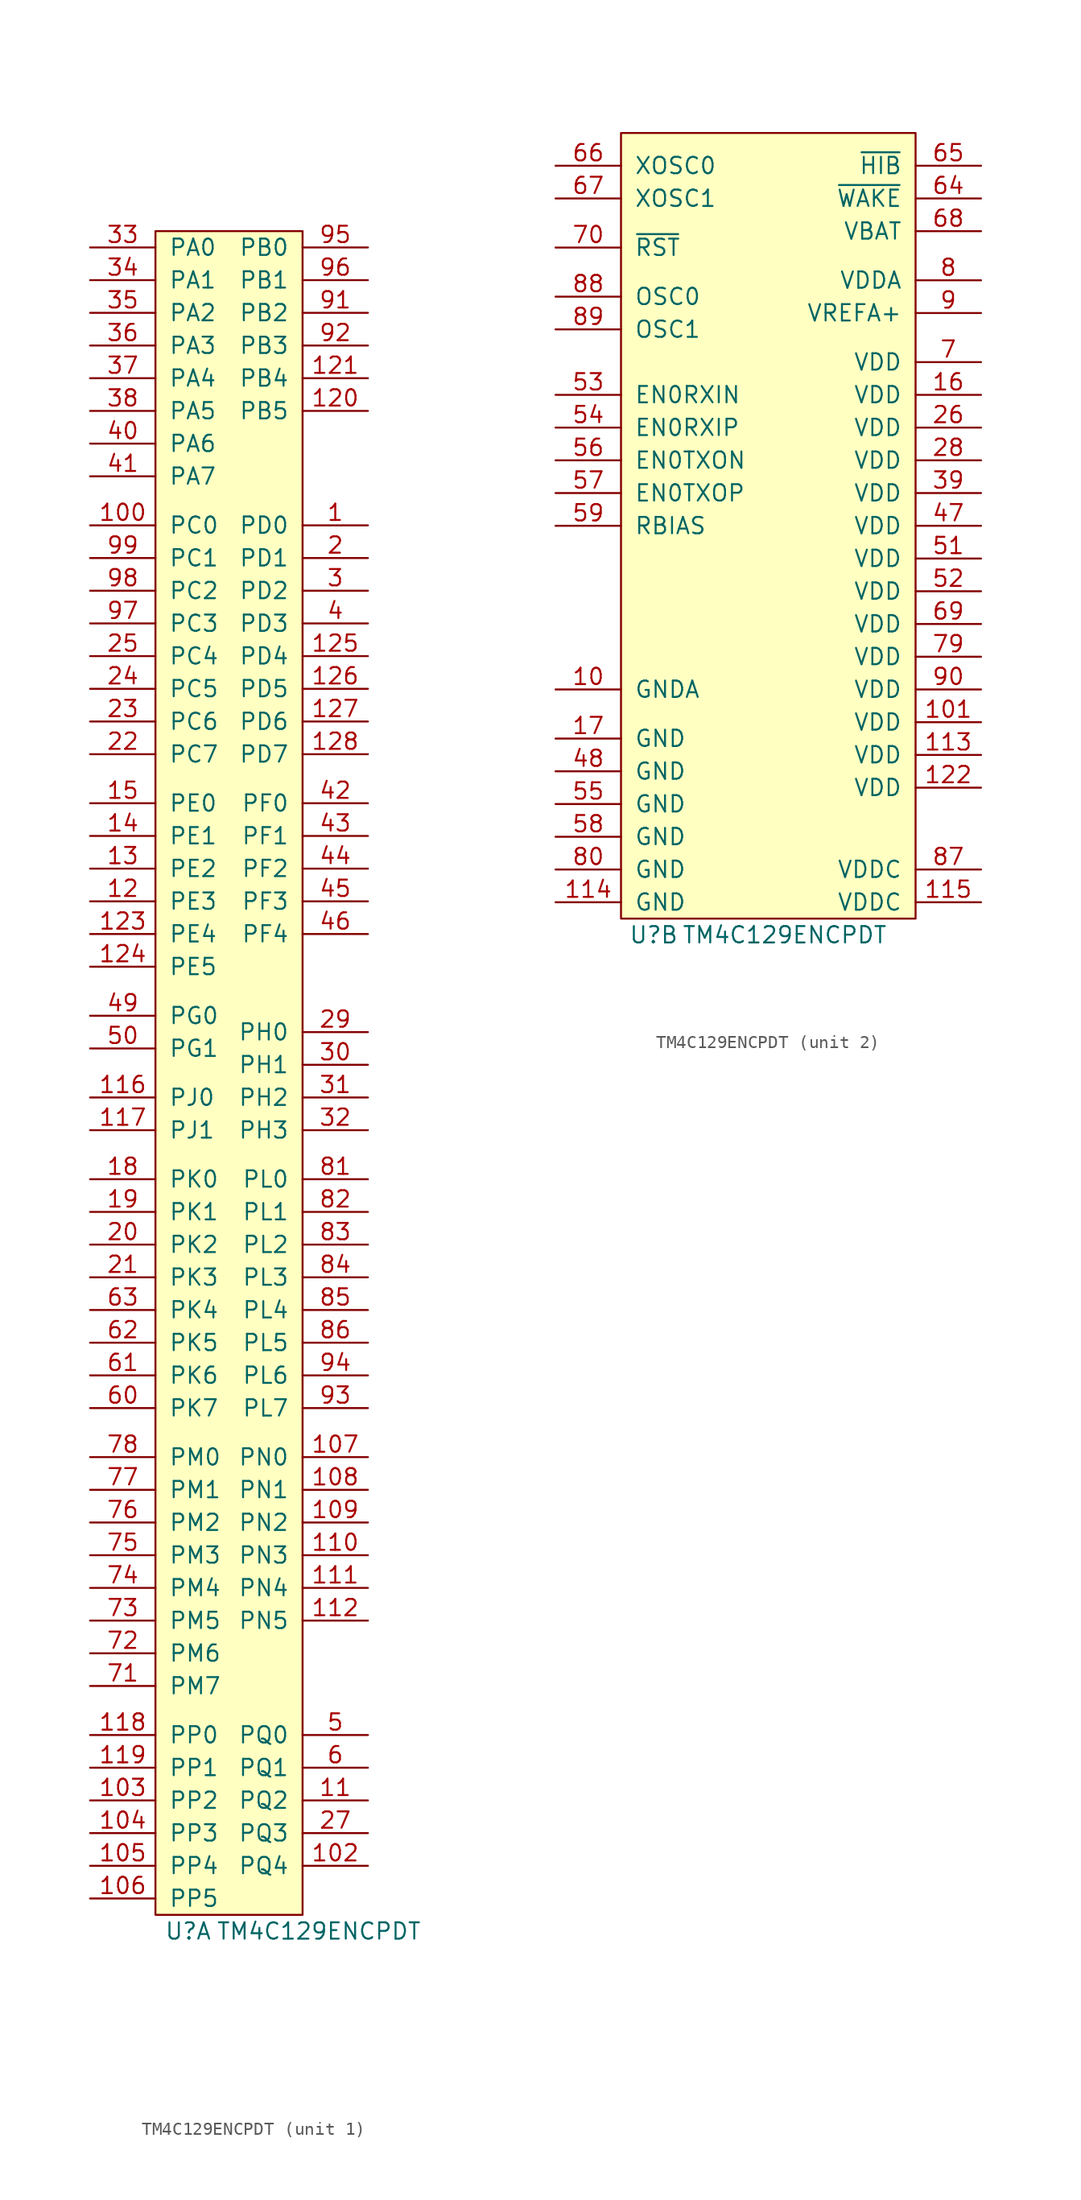
<source format=kicad_sym>
(kicad_symbol_lib
  (version 20231120)
  (generator "kicad_symbol_editor")
  (generator_version "8.0")
  (symbol "TM4C129ENCPDT"
    (pin_names
      (offset 1.016))
    (property "Reference" "U"
      (at 2.54 -1.27 0)
      (effects (font (size 1.27 1.27))))
    (property "Value" "TM4C129ENCPDT"
      (at 12.7 -1.27 0)
      (effects (font (size 1.27 1.27))))
    (symbol "TM4C129ENCPDT_1_1"
      (rectangle (start 0 0) (end 11.43 130.81) (stroke (width 0) (type default)) (fill (type background)))
      (pin input line (at 16.51 107.95 180) (length 5.08) (name "PD0" (effects (font (size 1.27 1.27)))) (number "1" (effects (font (size 1.27 1.27)))))
      (pin input line (at -5.08 107.95 0) (length 5.08) (name "PC0" (effects (font (size 1.27 1.27)))) (number "100" (effects (font (size 1.27 1.27)))))
      (pin input line (at 16.51 3.81 180) (length 5.08) (name "PQ4" (effects (font (size 1.27 1.27)))) (number "102" (effects (font (size 1.27 1.27)))))
      (pin input line (at -5.08 8.89 0) (length 5.08) (name "PP2" (effects (font (size 1.27 1.27)))) (number "103" (effects (font (size 1.27 1.27)))))
      (pin input line (at -5.08 6.35 0) (length 5.08) (name "PP3" (effects (font (size 1.27 1.27)))) (number "104" (effects (font (size 1.27 1.27)))))
      (pin input line (at -5.08 3.81 0) (length 5.08) (name "PP4" (effects (font (size 1.27 1.27)))) (number "105" (effects (font (size 1.27 1.27)))))
      (pin input line (at -5.08 1.27 0) (length 5.08) (name "PP5" (effects (font (size 1.27 1.27)))) (number "106" (effects (font (size 1.27 1.27)))))
      (pin input line (at 16.51 35.56 180) (length 5.08) (name "PN0" (effects (font (size 1.27 1.27)))) (number "107" (effects (font (size 1.27 1.27)))))
      (pin input line (at 16.51 33.02 180) (length 5.08) (name "PN1" (effects (font (size 1.27 1.27)))) (number "108" (effects (font (size 1.27 1.27)))))
      (pin input line (at 16.51 30.48 180) (length 5.08) (name "PN2" (effects (font (size 1.27 1.27)))) (number "109" (effects (font (size 1.27 1.27)))))
      (pin input line (at 16.51 8.89 180) (length 5.08) (name "PQ2" (effects (font (size 1.27 1.27)))) (number "11" (effects (font (size 1.27 1.27)))))
      (pin input line (at 16.51 27.94 180) (length 5.08) (name "PN3" (effects (font (size 1.27 1.27)))) (number "110" (effects (font (size 1.27 1.27)))))
      (pin input line (at 16.51 25.4 180) (length 5.08) (name "PN4" (effects (font (size 1.27 1.27)))) (number "111" (effects (font (size 1.27 1.27)))))
      (pin input line (at 16.51 22.86 180) (length 5.08) (name "PN5" (effects (font (size 1.27 1.27)))) (number "112" (effects (font (size 1.27 1.27)))))
      (pin input line (at -5.08 63.5 0) (length 5.08) (name "PJ0" (effects (font (size 1.27 1.27)))) (number "116" (effects (font (size 1.27 1.27)))))
      (pin input line (at -5.08 60.96 0) (length 5.08) (name "PJ1" (effects (font (size 1.27 1.27)))) (number "117" (effects (font (size 1.27 1.27)))))
      (pin input line (at -5.08 13.97 0) (length 5.08) (name "PP0" (effects (font (size 1.27 1.27)))) (number "118" (effects (font (size 1.27 1.27)))))
      (pin input line (at -5.08 11.43 0) (length 5.08) (name "PP1" (effects (font (size 1.27 1.27)))) (number "119" (effects (font (size 1.27 1.27)))))
      (pin input line (at -5.08 78.74 0) (length 5.08) (name "PE3" (effects (font (size 1.27 1.27)))) (number "12" (effects (font (size 1.27 1.27)))))
      (pin input line (at 16.51 116.84 180) (length 5.08) (name "PB5" (effects (font (size 1.27 1.27)))) (number "120" (effects (font (size 1.27 1.27)))))
      (pin input line (at 16.51 119.38 180) (length 5.08) (name "PB4" (effects (font (size 1.27 1.27)))) (number "121" (effects (font (size 1.27 1.27)))))
      (pin input line (at -5.08 76.2 0) (length 5.08) (name "PE4" (effects (font (size 1.27 1.27)))) (number "123" (effects (font (size 1.27 1.27)))))
      (pin input line (at -5.08 73.66 0) (length 5.08) (name "PE5" (effects (font (size 1.27 1.27)))) (number "124" (effects (font (size 1.27 1.27)))))
      (pin input line (at 16.51 97.79 180) (length 5.08) (name "PD4" (effects (font (size 1.27 1.27)))) (number "125" (effects (font (size 1.27 1.27)))))
      (pin input line (at 16.51 95.25 180) (length 5.08) (name "PD5" (effects (font (size 1.27 1.27)))) (number "126" (effects (font (size 1.27 1.27)))))
      (pin input line (at 16.51 92.71 180) (length 5.08) (name "PD6" (effects (font (size 1.27 1.27)))) (number "127" (effects (font (size 1.27 1.27)))))
      (pin input line (at 16.51 90.17 180) (length 5.08) (name "PD7" (effects (font (size 1.27 1.27)))) (number "128" (effects (font (size 1.27 1.27)))))
      (pin input line (at -5.08 81.28 0) (length 5.08) (name "PE2" (effects (font (size 1.27 1.27)))) (number "13" (effects (font (size 1.27 1.27)))))
      (pin input line (at -5.08 83.82 0) (length 5.08) (name "PE1" (effects (font (size 1.27 1.27)))) (number "14" (effects (font (size 1.27 1.27)))))
      (pin input line (at -5.08 86.36 0) (length 5.08) (name "PE0" (effects (font (size 1.27 1.27)))) (number "15" (effects (font (size 1.27 1.27)))))
      (pin input line (at -5.08 57.15 0) (length 5.08) (name "PK0" (effects (font (size 1.27 1.27)))) (number "18" (effects (font (size 1.27 1.27)))))
      (pin input line (at -5.08 54.61 0) (length 5.08) (name "PK1" (effects (font (size 1.27 1.27)))) (number "19" (effects (font (size 1.27 1.27)))))
      (pin input line (at 16.51 105.41 180) (length 5.08) (name "PD1" (effects (font (size 1.27 1.27)))) (number "2" (effects (font (size 1.27 1.27)))))
      (pin input line (at -5.08 52.07 0) (length 5.08) (name "PK2" (effects (font (size 1.27 1.27)))) (number "20" (effects (font (size 1.27 1.27)))))
      (pin input line (at -5.08 49.53 0) (length 5.08) (name "PK3" (effects (font (size 1.27 1.27)))) (number "21" (effects (font (size 1.27 1.27)))))
      (pin input line (at -5.08 90.17 0) (length 5.08) (name "PC7" (effects (font (size 1.27 1.27)))) (number "22" (effects (font (size 1.27 1.27)))))
      (pin input line (at -5.08 92.71 0) (length 5.08) (name "PC6" (effects (font (size 1.27 1.27)))) (number "23" (effects (font (size 1.27 1.27)))))
      (pin input line (at -5.08 95.25 0) (length 5.08) (name "PC5" (effects (font (size 1.27 1.27)))) (number "24" (effects (font (size 1.27 1.27)))))
      (pin input line (at -5.08 97.79 0) (length 5.08) (name "PC4" (effects (font (size 1.27 1.27)))) (number "25" (effects (font (size 1.27 1.27)))))
      (pin input line (at 16.51 6.35 180) (length 5.08) (name "PQ3" (effects (font (size 1.27 1.27)))) (number "27" (effects (font (size 1.27 1.27)))))
      (pin input line (at 16.51 68.58 180) (length 5.08) (name "PH0" (effects (font (size 1.27 1.27)))) (number "29" (effects (font (size 1.27 1.27)))))
      (pin input line (at 16.51 102.87 180) (length 5.08) (name "PD2" (effects (font (size 1.27 1.27)))) (number "3" (effects (font (size 1.27 1.27)))))
      (pin input line (at 16.51 66.04 180) (length 5.08) (name "PH1" (effects (font (size 1.27 1.27)))) (number "30" (effects (font (size 1.27 1.27)))))
      (pin input line (at 16.51 63.5 180) (length 5.08) (name "PH2" (effects (font (size 1.27 1.27)))) (number "31" (effects (font (size 1.27 1.27)))))
      (pin input line (at 16.51 60.96 180) (length 5.08) (name "PH3" (effects (font (size 1.27 1.27)))) (number "32" (effects (font (size 1.27 1.27)))))
      (pin input line (at -5.08 129.54 0) (length 5.08) (name "PA0" (effects (font (size 1.27 1.27)))) (number "33" (effects (font (size 1.27 1.27)))))
      (pin input line (at -5.08 127 0) (length 5.08) (name "PA1" (effects (font (size 1.27 1.27)))) (number "34" (effects (font (size 1.27 1.27)))))
      (pin input line (at -5.08 124.46 0) (length 5.08) (name "PA2" (effects (font (size 1.27 1.27)))) (number "35" (effects (font (size 1.27 1.27)))))
      (pin input line (at -5.08 121.92 0) (length 5.08) (name "PA3" (effects (font (size 1.27 1.27)))) (number "36" (effects (font (size 1.27 1.27)))))
      (pin input line (at -5.08 119.38 0) (length 5.08) (name "PA4" (effects (font (size 1.27 1.27)))) (number "37" (effects (font (size 1.27 1.27)))))
      (pin input line (at -5.08 116.84 0) (length 5.08) (name "PA5" (effects (font (size 1.27 1.27)))) (number "38" (effects (font (size 1.27 1.27)))))
      (pin input line (at 16.51 100.33 180) (length 5.08) (name "PD3" (effects (font (size 1.27 1.27)))) (number "4" (effects (font (size 1.27 1.27)))))
      (pin input line (at -5.08 114.3 0) (length 5.08) (name "PA6" (effects (font (size 1.27 1.27)))) (number "40" (effects (font (size 1.27 1.27)))))
      (pin input line (at -5.08 111.76 0) (length 5.08) (name "PA7" (effects (font (size 1.27 1.27)))) (number "41" (effects (font (size 1.27 1.27)))))
      (pin input line (at 16.51 86.36 180) (length 5.08) (name "PF0" (effects (font (size 1.27 1.27)))) (number "42" (effects (font (size 1.27 1.27)))))
      (pin input line (at 16.51 83.82 180) (length 5.08) (name "PF1" (effects (font (size 1.27 1.27)))) (number "43" (effects (font (size 1.27 1.27)))))
      (pin input line (at 16.51 81.28 180) (length 5.08) (name "PF2" (effects (font (size 1.27 1.27)))) (number "44" (effects (font (size 1.27 1.27)))))
      (pin input line (at 16.51 78.74 180) (length 5.08) (name "PF3" (effects (font (size 1.27 1.27)))) (number "45" (effects (font (size 1.27 1.27)))))
      (pin input line (at 16.51 76.2 180) (length 5.08) (name "PF4" (effects (font (size 1.27 1.27)))) (number "46" (effects (font (size 1.27 1.27)))))
      (pin input line (at -5.08 69.85 0) (length 5.08) (name "PG0" (effects (font (size 1.27 1.27)))) (number "49" (effects (font (size 1.27 1.27)))))
      (pin input line (at 16.51 13.97 180) (length 5.08) (name "PQ0" (effects (font (size 1.27 1.27)))) (number "5" (effects (font (size 1.27 1.27)))))
      (pin input line (at -5.08 67.31 0) (length 5.08) (name "PG1" (effects (font (size 1.27 1.27)))) (number "50" (effects (font (size 1.27 1.27)))))
      (pin input line (at 16.51 11.43 180) (length 5.08) (name "PQ1" (effects (font (size 1.27 1.27)))) (number "6" (effects (font (size 1.27 1.27)))))
      (pin input line (at -5.08 39.37 0) (length 5.08) (name "PK7" (effects (font (size 1.27 1.27)))) (number "60" (effects (font (size 1.27 1.27)))))
      (pin input line (at -5.08 41.91 0) (length 5.08) (name "PK6" (effects (font (size 1.27 1.27)))) (number "61" (effects (font (size 1.27 1.27)))))
      (pin input line (at -5.08 44.45 0) (length 5.08) (name "PK5" (effects (font (size 1.27 1.27)))) (number "62" (effects (font (size 1.27 1.27)))))
      (pin input line (at -5.08 46.99 0) (length 5.08) (name "PK4" (effects (font (size 1.27 1.27)))) (number "63" (effects (font (size 1.27 1.27)))))
      (pin input line (at -5.08 17.78 0) (length 5.08) (name "PM7" (effects (font (size 1.27 1.27)))) (number "71" (effects (font (size 1.27 1.27)))))
      (pin input line (at -5.08 20.32 0) (length 5.08) (name "PM6" (effects (font (size 1.27 1.27)))) (number "72" (effects (font (size 1.27 1.27)))))
      (pin input line (at -5.08 22.86 0) (length 5.08) (name "PM5" (effects (font (size 1.27 1.27)))) (number "73" (effects (font (size 1.27 1.27)))))
      (pin input line (at -5.08 25.4 0) (length 5.08) (name "PM4" (effects (font (size 1.27 1.27)))) (number "74" (effects (font (size 1.27 1.27)))))
      (pin input line (at -5.08 27.94 0) (length 5.08) (name "PM3" (effects (font (size 1.27 1.27)))) (number "75" (effects (font (size 1.27 1.27)))))
      (pin input line (at -5.08 30.48 0) (length 5.08) (name "PM2" (effects (font (size 1.27 1.27)))) (number "76" (effects (font (size 1.27 1.27)))))
      (pin input line (at -5.08 33.02 0) (length 5.08) (name "PM1" (effects (font (size 1.27 1.27)))) (number "77" (effects (font (size 1.27 1.27)))))
      (pin input line (at -5.08 35.56 0) (length 5.08) (name "PM0" (effects (font (size 1.27 1.27)))) (number "78" (effects (font (size 1.27 1.27)))))
      (pin input line (at 16.51 57.15 180) (length 5.08) (name "PL0" (effects (font (size 1.27 1.27)))) (number "81" (effects (font (size 1.27 1.27)))))
      (pin input line (at 16.51 54.61 180) (length 5.08) (name "PL1" (effects (font (size 1.27 1.27)))) (number "82" (effects (font (size 1.27 1.27)))))
      (pin input line (at 16.51 52.07 180) (length 5.08) (name "PL2" (effects (font (size 1.27 1.27)))) (number "83" (effects (font (size 1.27 1.27)))))
      (pin input line (at 16.51 49.53 180) (length 5.08) (name "PL3" (effects (font (size 1.27 1.27)))) (number "84" (effects (font (size 1.27 1.27)))))
      (pin input line (at 16.51 46.99 180) (length 5.08) (name "PL4" (effects (font (size 1.27 1.27)))) (number "85" (effects (font (size 1.27 1.27)))))
      (pin input line (at 16.51 44.45 180) (length 5.08) (name "PL5" (effects (font (size 1.27 1.27)))) (number "86" (effects (font (size 1.27 1.27)))))
      (pin input line (at 16.51 124.46 180) (length 5.08) (name "PB2" (effects (font (size 1.27 1.27)))) (number "91" (effects (font (size 1.27 1.27)))))
      (pin input line (at 16.51 121.92 180) (length 5.08) (name "PB3" (effects (font (size 1.27 1.27)))) (number "92" (effects (font (size 1.27 1.27)))))
      (pin input line (at 16.51 39.37 180) (length 5.08) (name "PL7" (effects (font (size 1.27 1.27)))) (number "93" (effects (font (size 1.27 1.27)))))
      (pin input line (at 16.51 41.91 180) (length 5.08) (name "PL6" (effects (font (size 1.27 1.27)))) (number "94" (effects (font (size 1.27 1.27)))))
      (pin input line (at 16.51 129.54 180) (length 5.08) (name "PB0" (effects (font (size 1.27 1.27)))) (number "95" (effects (font (size 1.27 1.27)))))
      (pin input line (at 16.51 127 180) (length 5.08) (name "PB1" (effects (font (size 1.27 1.27)))) (number "96" (effects (font (size 1.27 1.27)))))
      (pin input line (at -5.08 100.33 0) (length 5.08) (name "PC3" (effects (font (size 1.27 1.27)))) (number "97" (effects (font (size 1.27 1.27)))))
      (pin input line (at -5.08 102.87 0) (length 5.08) (name "PC2" (effects (font (size 1.27 1.27)))) (number "98" (effects (font (size 1.27 1.27)))))
      (pin input line (at -5.08 105.41 0) (length 5.08) (name "PC1" (effects (font (size 1.27 1.27)))) (number "99" (effects (font (size 1.27 1.27))))))
    (symbol "TM4C129ENCPDT_2_1"
      (rectangle (start 22.86 0) (end 0 60.96) (stroke (width 0) (type default)) (fill (type background)))
      (pin input line (at -5.08 17.78 0) (length 5.08) (name "GNDA" (effects (font (size 1.27 1.27)))) (number "10" (effects (font (size 1.27 1.27)))))
      (pin input line (at 27.94 15.24 180) (length 5.08) (name "VDD" (effects (font (size 1.27 1.27)))) (number "101" (effects (font (size 1.27 1.27)))))
      (pin input line (at 27.94 12.7 180) (length 5.08) (name "VDD" (effects (font (size 1.27 1.27)))) (number "113" (effects (font (size 1.27 1.27)))))
      (pin input line (at -5.08 1.27 0) (length 5.08) (name "GND" (effects (font (size 1.27 1.27)))) (number "114" (effects (font (size 1.27 1.27)))))
      (pin input line (at 27.94 1.27 180) (length 5.08) (name "VDDC" (effects (font (size 1.27 1.27)))) (number "115" (effects (font (size 1.27 1.27)))))
      (pin input line (at 27.94 10.16 180) (length 5.08) (name "VDD" (effects (font (size 1.27 1.27)))) (number "122" (effects (font (size 1.27 1.27)))))
      (pin input line (at 27.94 40.64 180) (length 5.08) (name "VDD" (effects (font (size 1.27 1.27)))) (number "16" (effects (font (size 1.27 1.27)))))
      (pin input line (at -5.08 13.97 0) (length 5.08) (name "GND" (effects (font (size 1.27 1.27)))) (number "17" (effects (font (size 1.27 1.27)))))
      (pin input line (at 27.94 38.1 180) (length 5.08) (name "VDD" (effects (font (size 1.27 1.27)))) (number "26" (effects (font (size 1.27 1.27)))))
      (pin input line (at 27.94 35.56 180) (length 5.08) (name "VDD" (effects (font (size 1.27 1.27)))) (number "28" (effects (font (size 1.27 1.27)))))
      (pin input line (at 27.94 33.02 180) (length 5.08) (name "VDD" (effects (font (size 1.27 1.27)))) (number "39" (effects (font (size 1.27 1.27)))))
      (pin input line (at 27.94 30.48 180) (length 5.08) (name "VDD" (effects (font (size 1.27 1.27)))) (number "47" (effects (font (size 1.27 1.27)))))
      (pin input line (at -5.08 11.43 0) (length 5.08) (name "GND" (effects (font (size 1.27 1.27)))) (number "48" (effects (font (size 1.27 1.27)))))
      (pin input line (at 27.94 27.94 180) (length 5.08) (name "VDD" (effects (font (size 1.27 1.27)))) (number "51" (effects (font (size 1.27 1.27)))))
      (pin input line (at 27.94 25.4 180) (length 5.08) (name "VDD" (effects (font (size 1.27 1.27)))) (number "52" (effects (font (size 1.27 1.27)))))
      (pin input line (at -5.08 40.64 0) (length 5.08) (name "EN0RXIN" (effects (font (size 1.27 1.27)))) (number "53" (effects (font (size 1.27 1.27)))))
      (pin input line (at -5.08 38.1 0) (length 5.08) (name "EN0RXIP" (effects (font (size 1.27 1.27)))) (number "54" (effects (font (size 1.27 1.27)))))
      (pin input line (at -5.08 8.89 0) (length 5.08) (name "GND" (effects (font (size 1.27 1.27)))) (number "55" (effects (font (size 1.27 1.27)))))
      (pin input line (at -5.08 35.56 0) (length 5.08) (name "EN0TXON" (effects (font (size 1.27 1.27)))) (number "56" (effects (font (size 1.27 1.27)))))
      (pin input line (at -5.08 33.02 0) (length 5.08) (name "EN0TXOP" (effects (font (size 1.27 1.27)))) (number "57" (effects (font (size 1.27 1.27)))))
      (pin input line (at -5.08 6.35 0) (length 5.08) (name "GND" (effects (font (size 1.27 1.27)))) (number "58" (effects (font (size 1.27 1.27)))))
      (pin input line (at -5.08 30.48 0) (length 5.08) (name "RBIAS" (effects (font (size 1.27 1.27)))) (number "59" (effects (font (size 1.27 1.27)))))
      (pin input line (at 27.94 55.88 180) (length 5.08) (name "~{WAKE}" (effects (font (size 1.27 1.27)))) (number "64" (effects (font (size 1.27 1.27)))))
      (pin input line (at 27.94 58.42 180) (length 5.08) (name "~{HIB}" (effects (font (size 1.27 1.27)))) (number "65" (effects (font (size 1.27 1.27)))))
      (pin input line (at -5.08 58.42 0) (length 5.08) (name "XOSC0" (effects (font (size 1.27 1.27)))) (number "66" (effects (font (size 1.27 1.27)))))
      (pin input line (at -5.08 55.88 0) (length 5.08) (name "XOSC1" (effects (font (size 1.27 1.27)))) (number "67" (effects (font (size 1.27 1.27)))))
      (pin input line (at 27.94 53.34 180) (length 5.08) (name "VBAT" (effects (font (size 1.27 1.27)))) (number "68" (effects (font (size 1.27 1.27)))))
      (pin input line (at 27.94 22.86 180) (length 5.08) (name "VDD" (effects (font (size 1.27 1.27)))) (number "69" (effects (font (size 1.27 1.27)))))
      (pin input line (at 27.94 43.18 180) (length 5.08) (name "VDD" (effects (font (size 1.27 1.27)))) (number "7" (effects (font (size 1.27 1.27)))))
      (pin input line (at -5.08 52.07 0) (length 5.08) (name "~{RST}" (effects (font (size 1.27 1.27)))) (number "70" (effects (font (size 1.27 1.27)))))
      (pin input line (at 27.94 20.32 180) (length 5.08) (name "VDD" (effects (font (size 1.27 1.27)))) (number "79" (effects (font (size 1.27 1.27)))))
      (pin input line (at 27.94 49.53 180) (length 5.08) (name "VDDA" (effects (font (size 1.27 1.27)))) (number "8" (effects (font (size 1.27 1.27)))))
      (pin input line (at -5.08 3.81 0) (length 5.08) (name "GND" (effects (font (size 1.27 1.27)))) (number "80" (effects (font (size 1.27 1.27)))))
      (pin input line (at 27.94 3.81 180) (length 5.08) (name "VDDC" (effects (font (size 1.27 1.27)))) (number "87" (effects (font (size 1.27 1.27)))))
      (pin input line (at -5.08 48.26 0) (length 5.08) (name "OSC0" (effects (font (size 1.27 1.27)))) (number "88" (effects (font (size 1.27 1.27)))))
      (pin input line (at -5.08 45.72 0) (length 5.08) (name "OSC1" (effects (font (size 1.27 1.27)))) (number "89" (effects (font (size 1.27 1.27)))))
      (pin input line (at 27.94 46.99 180) (length 5.08) (name "VREFA+" (effects (font (size 1.27 1.27)))) (number "9" (effects (font (size 1.27 1.27)))))
      (pin input line (at 27.94 17.78 180) (length 5.08) (name "VDD" (effects (font (size 1.27 1.27)))) (number "90" (effects (font (size 1.27 1.27))))))))
</source>
